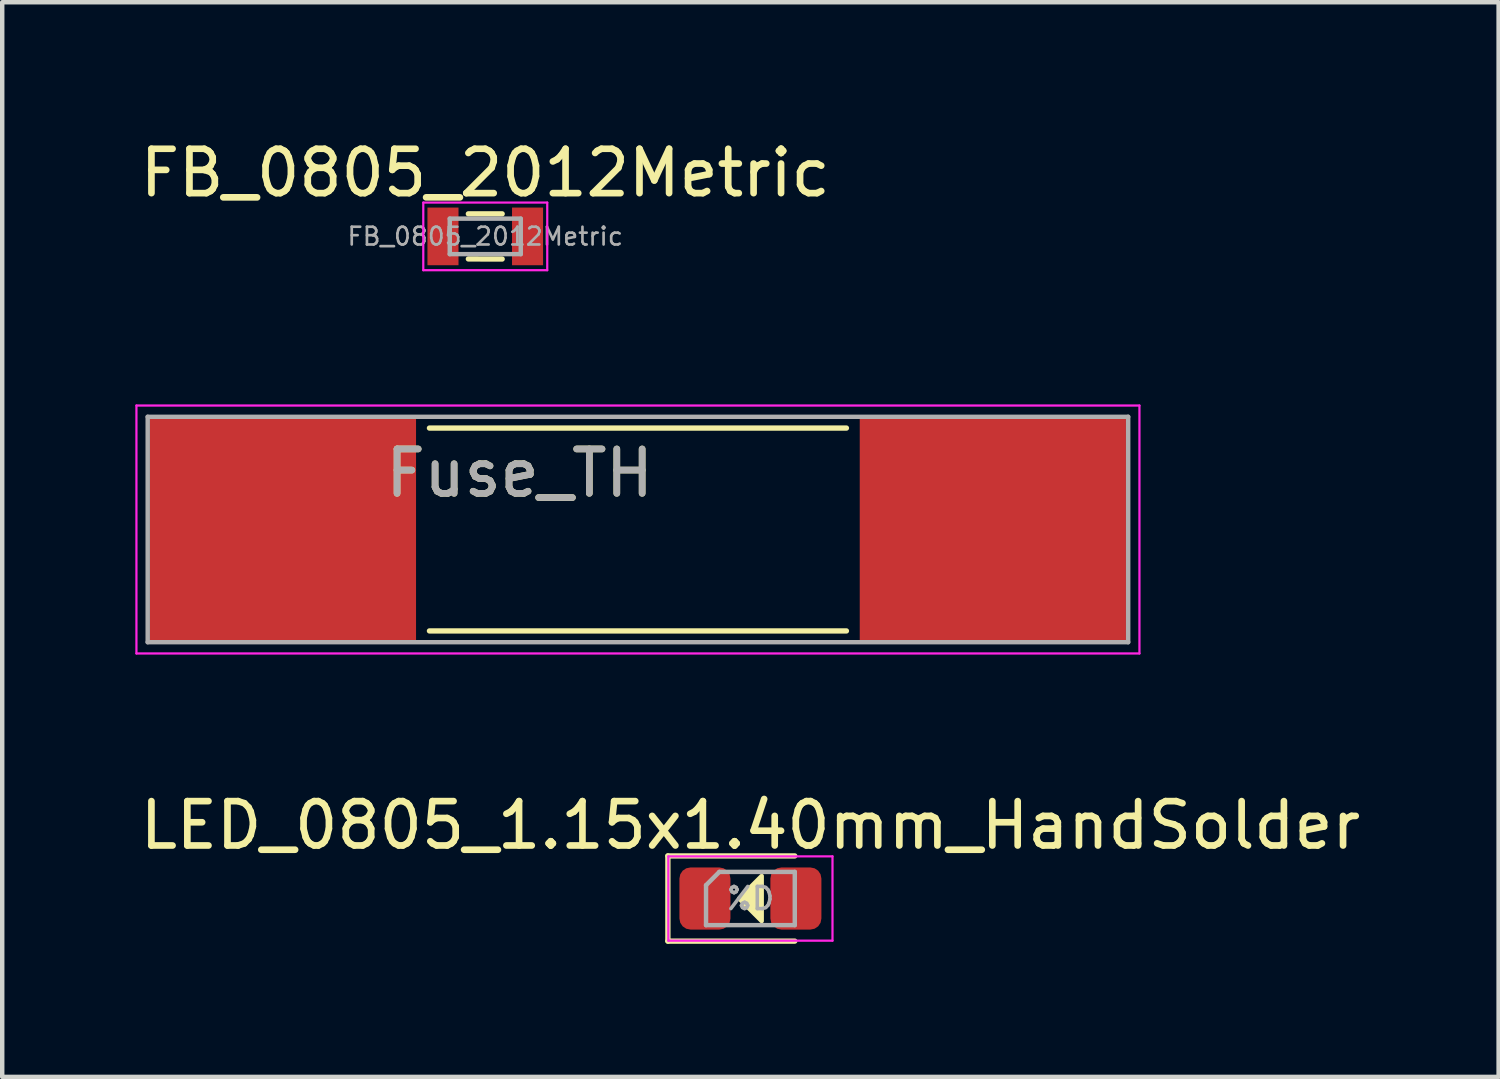
<source format=kicad_pcb>
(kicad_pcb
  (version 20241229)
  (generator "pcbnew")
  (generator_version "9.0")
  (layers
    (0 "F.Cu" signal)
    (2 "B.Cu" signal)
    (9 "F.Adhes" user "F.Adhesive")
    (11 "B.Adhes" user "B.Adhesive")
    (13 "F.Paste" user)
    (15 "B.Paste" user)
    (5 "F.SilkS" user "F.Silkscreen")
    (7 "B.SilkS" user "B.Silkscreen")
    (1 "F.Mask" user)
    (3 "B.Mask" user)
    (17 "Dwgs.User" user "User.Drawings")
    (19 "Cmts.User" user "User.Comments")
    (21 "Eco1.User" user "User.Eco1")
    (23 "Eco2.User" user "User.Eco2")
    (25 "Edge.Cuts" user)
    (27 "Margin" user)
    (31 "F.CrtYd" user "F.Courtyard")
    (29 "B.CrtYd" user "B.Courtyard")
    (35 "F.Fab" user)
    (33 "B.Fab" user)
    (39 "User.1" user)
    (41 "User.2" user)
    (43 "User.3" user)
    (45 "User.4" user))
  (footprint "LED_0805_1.15x1.40mm_HandSolder"
    (layer "F.Cu")
    (at 13.863 17.201)
    (property "Reference" "LED_0805_1.15x1.40mm_HandSolder" (at 0 -1.65 0) (layer "F.SilkS") (effects (font (size 1 1) (thickness 0.15))))
    (attr smd)
    (fp_line (start -1.86 -0.96) (end -1.86 0.96) (stroke (width 0.12) (type solid)) (layer "F.SilkS"))
    (fp_line (start -1.86 0.96) (end 1 0.96) (stroke (width 0.12) (type solid)) (layer "F.SilkS"))
    (fp_line (start 1 -0.96) (end -1.86 -0.96) (stroke (width 0.12) (type solid)) (layer "F.SilkS"))
    (fp_poly (pts (xy 0.254 0.508) (xy -0.254 0) (xy 0.254 -0.508)) (stroke (width 0.1) (type solid)) (fill yes) (layer "F.SilkS"))
    (fp_line (start -1.85 -0.95) (end 1.85 -0.95) (stroke (width 0.05) (type solid)) (layer "F.CrtYd"))
    (fp_line (start -1.85 0.95) (end -1.85 -0.95) (stroke (width 0.05) (type solid)) (layer "F.CrtYd"))
    (fp_line (start 1.85 -0.95) (end 1.85 0.95) (stroke (width 0.05) (type solid)) (layer "F.CrtYd"))
    (fp_line (start 1.85 0.95) (end -1.85 0.95) (stroke (width 0.05) (type solid)) (layer "F.CrtYd"))
    (fp_line (start -1 -0.3) (end -1 0.6) (stroke (width 0.1) (type solid)) (layer "F.Fab"))
    (fp_line (start -1 0.6) (end 1 0.6) (stroke (width 0.1) (type solid)) (layer "F.Fab"))
    (fp_line (start -0.7 -0.6) (end -1 -0.3) (stroke (width 0.1) (type solid)) (layer "F.Fab"))
    (fp_line (start 1 -0.6) (end -0.7 -0.6) (stroke (width 0.1) (type solid)) (layer "F.Fab"))
    (fp_line (start 1 0.6) (end 1 -0.6) (stroke (width 0.1) (type solid)) (layer "F.Fab"))
    (fp_text user "%D" (at 0 0 0) (layer "F.Fab") (effects (font (size 0.5 0.5) (thickness 0.08))))
    (pad "1" smd roundrect (at -1.025 0) (size 1.15 1.4) (layers "F.Cu" "F.Mask" "F.Paste") (roundrect_rratio 0.217))
    (pad "2" smd roundrect (at 1.025 0) (size 1.15 1.4) (layers "F.Cu" "F.Mask" "F.Paste") (roundrect_rratio 0.217)))
  (footprint "FB_0805_2012Metric"
    (layer "F.Cu")
    (at 7.887 2.278)
    (property "Reference" "FB_0805_2012Metric" (at 0 -1.43 0) (layer "F.SilkS") (effects (font (size 1 1) (thickness 0.15))))
    (attr smd)
    (fp_line (start -0.381 -0.508) (end 0.381 -0.508) (stroke (width 0.12) (type solid)) (layer "F.SilkS"))
    (fp_line (start -0.381 0.508) (end 0.381 0.51) (stroke (width 0.12) (type solid)) (layer "F.SilkS"))
    (fp_line (start -1.397 -0.762) (end 1.397 -0.762) (stroke (width 0.05) (type solid)) (layer "F.CrtYd"))
    (fp_line (start -1.397 0.762) (end -1.397 -0.762) (stroke (width 0.05) (type solid)) (layer "F.CrtYd"))
    (fp_line (start 1.397 -0.762) (end 1.397 0.762) (stroke (width 0.05) (type solid)) (layer "F.CrtYd"))
    (fp_line (start 1.397 0.762) (end -1.397 0.762) (stroke (width 0.05) (type solid)) (layer "F.CrtYd"))
    (fp_line (start -0.8 -0.4) (end 0.8 -0.4) (stroke (width 0.1) (type solid)) (layer "F.Fab"))
    (fp_line (start -0.8 0.4) (end -0.8 -0.4) (stroke (width 0.1) (type solid)) (layer "F.Fab"))
    (fp_line (start 0.8 -0.4) (end 0.8 0.4) (stroke (width 0.1) (type solid)) (layer "F.Fab"))
    (fp_line (start 0.8 0.4) (end -0.8 0.4) (stroke (width 0.1) (type solid)) (layer "F.Fab"))
    (fp_text user "${REFERENCE}" (at 0 0 0) (layer "F.Fab") (effects (font (size 0.4 0.4) (thickness 0.06))))
    (pad "1" smd trapezoid (at -0.953 0) (size 0.7 1.3) (layers "F.Cu" "F.Mask" "F.Paste"))
    (pad "2" smd trapezoid (at 0.953 0) (size 0.7 1.3) (layers "F.Cu" "F.Mask" "F.Paste")))
  (footprint "Fuse_TH"
    (layer "F.Cu")
    (at 3.327 8.884)
    (property "Reference" "Fuse_TH" (at 5.334 -1.27 0) (layer "F.SilkS") (effects (font (size 1 1) (thickness 0.15))))
    (attr smd)
    (fp_line (start 3.302 -2.286) (end 12.7 -2.286) (stroke (width 0.12) (type solid)) (layer "F.SilkS"))
    (fp_line (start 3.302 2.286) (end 12.7 2.286) (stroke (width 0.12) (type solid)) (layer "F.SilkS"))
    (fp_line (start -3.302 2.794) (end -3.302 -2.794) (stroke (width 0.05) (type solid)) (layer "F.CrtYd"))
    (fp_line (start -3.302 2.794) (end 19.304 2.794) (stroke (width 0.05) (type solid)) (layer "F.CrtYd"))
    (fp_line (start 19.304 -2.794) (end -3.302 -2.794) (stroke (width 0.05) (type solid)) (layer "F.CrtYd"))
    (fp_line (start 19.304 -2.794) (end 19.304 2.794) (stroke (width 0.05) (type solid)) (layer "F.CrtYd"))
    (fp_line (start -3.048 2.54) (end -3.048 -2.54) (stroke (width 0.1) (type solid)) (layer "F.Fab"))
    (fp_line (start -3.048 2.54) (end 19.05 2.54) (stroke (width 0.1) (type solid)) (layer "F.Fab"))
    (fp_line (start 19.05 -2.54) (end -3.048 -2.54) (stroke (width 0.1) (type solid)) (layer "F.Fab"))
    (fp_line (start 19.05 -2.54) (end 19.05 2.54) (stroke (width 0.1) (type solid)) (layer "F.Fab"))
    (fp_text user "${REFERENCE}" (at 5.334 -1.27 0) (layer "F.Fab") (effects (font (size 1 1) (thickness 0.15))))
    (pad "1" smd rect (at 0 0) (size 6 5) (layers "F.Cu" "F.Mask" "F.Paste"))
    (pad "2" smd rect (at 16 0) (size 6 5) (layers "F.Cu" "F.Mask" "F.Paste")))
  (gr_rect
    (start -3 -3)
    (end 30.726 21.221)
    (stroke (width 0.1) (type default))
    (fill no)
    (layer "Edge.Cuts")))
</source>
